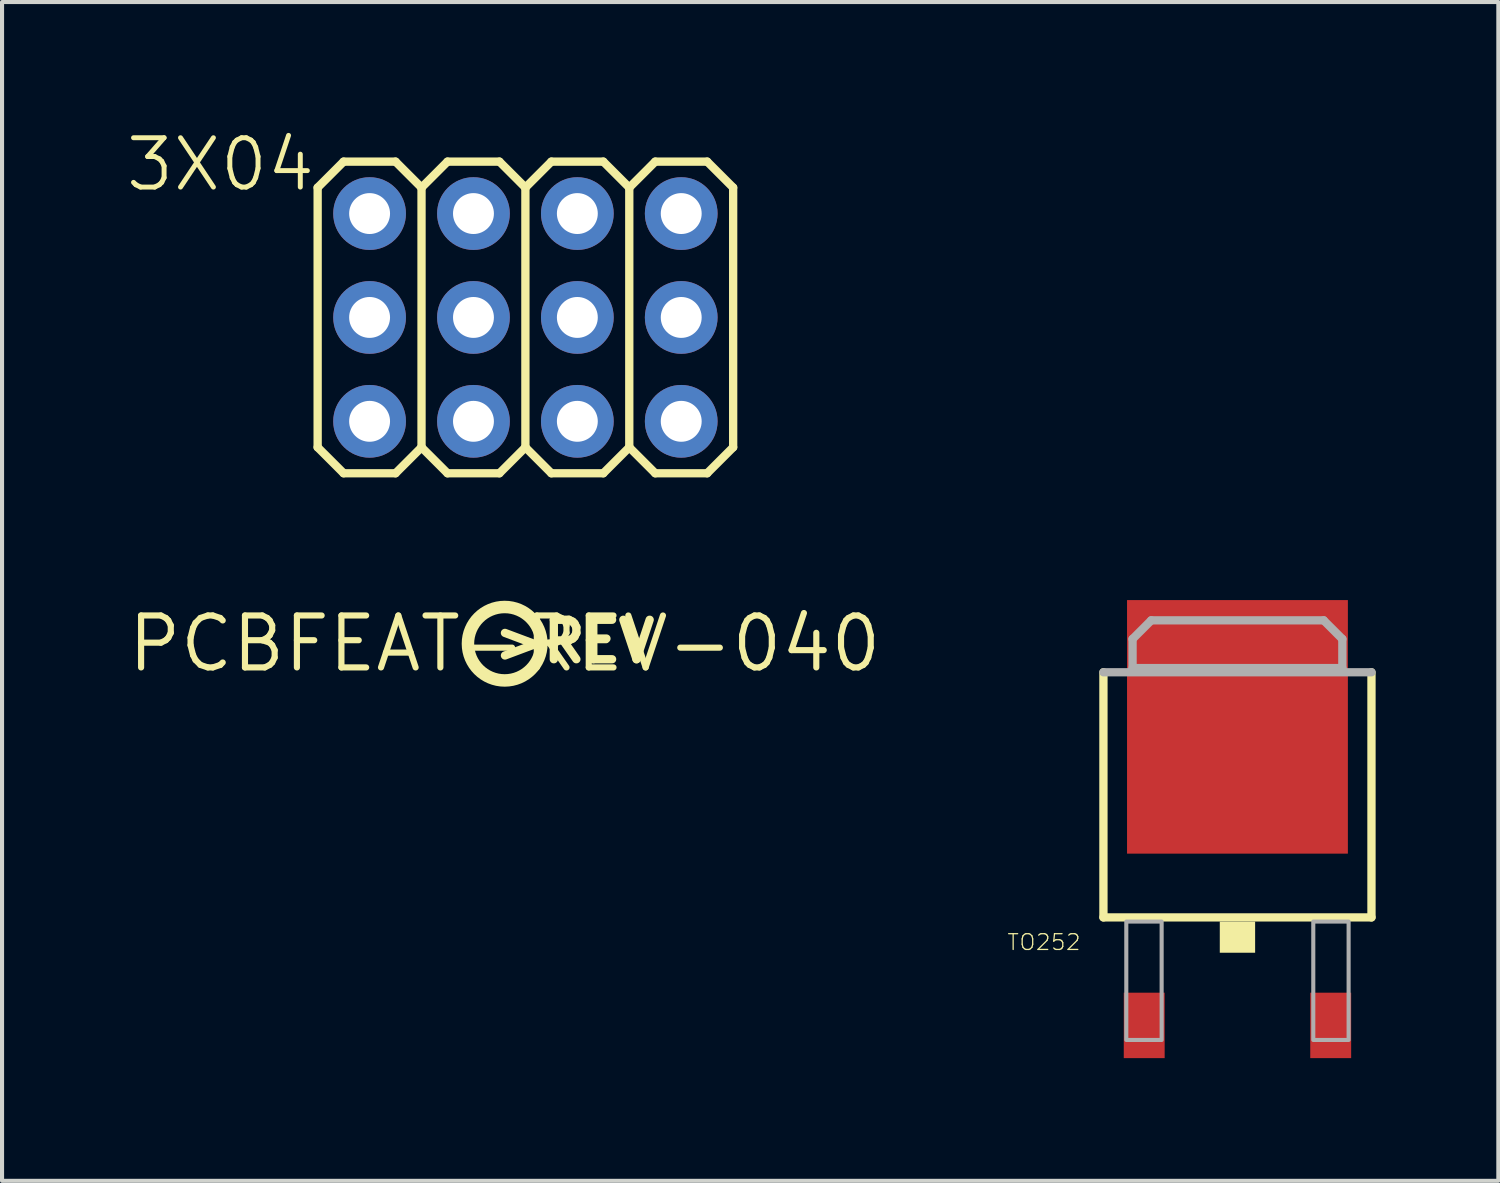
<source format=kicad_pcb>
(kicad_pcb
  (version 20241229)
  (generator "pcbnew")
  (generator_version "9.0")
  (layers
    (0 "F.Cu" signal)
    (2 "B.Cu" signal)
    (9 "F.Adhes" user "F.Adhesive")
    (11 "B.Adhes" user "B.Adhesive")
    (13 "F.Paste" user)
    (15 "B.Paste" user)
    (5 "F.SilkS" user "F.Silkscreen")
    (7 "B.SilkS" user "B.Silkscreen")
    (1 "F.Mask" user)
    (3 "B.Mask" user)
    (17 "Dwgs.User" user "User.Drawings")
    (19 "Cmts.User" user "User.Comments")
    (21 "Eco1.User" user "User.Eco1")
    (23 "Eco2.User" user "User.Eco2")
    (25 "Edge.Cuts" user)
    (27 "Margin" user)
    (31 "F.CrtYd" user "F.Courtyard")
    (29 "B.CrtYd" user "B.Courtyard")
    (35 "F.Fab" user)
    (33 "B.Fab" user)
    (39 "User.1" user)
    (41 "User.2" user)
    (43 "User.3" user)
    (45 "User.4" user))
  (footprint "TO252"
    (layer "F.Cu")
    (at 27.208 17.223)
    (property "Reference" "TO252" (at -3.81 2.54 180) (layer "F.SilkS") (effects (font (size 0.386 0.386) (thickness 0.031)) (justify right top)))
    (attr through_hole)
    (fp_line (start -3.277 2.159) (end -3.277 -3.835) (stroke (width 0.203) (type solid)) (layer "F.SilkS"))
    (fp_line (start 3.277 -3.835) (end 3.277 2.159) (stroke (width 0.203) (type solid)) (layer "F.SilkS"))
    (fp_line (start 3.277 2.159) (end -3.277 2.159) (stroke (width 0.203) (type solid)) (layer "F.SilkS"))
    (fp_poly (pts (xy -0.432 3.023) (xy 0.432 3.023) (xy 0.432 2.261) (xy -0.432 2.261)) (stroke (width 0) (type solid)) (fill yes) (layer "F.SilkS"))
    (fp_line (start -3.277 -3.835) (end 3.277 -3.835) (stroke (width 0.203) (type solid)) (layer "F.Fab"))
    (fp_line (start -2.565 -4.648) (end -2.108 -5.105) (stroke (width 0.203) (type solid)) (layer "F.Fab"))
    (fp_line (start -2.565 -3.937) (end -2.565 -4.648) (stroke (width 0.203) (type solid)) (layer "F.Fab"))
    (fp_line (start -2.108 -5.105) (end 2.108 -5.105) (stroke (width 0.203) (type solid)) (layer "F.Fab"))
    (fp_line (start 2.108 -5.105) (end 2.565 -4.648) (stroke (width 0.203) (type solid)) (layer "F.Fab"))
    (fp_line (start 2.565 -4.648) (end 2.565 -3.937) (stroke (width 0.203) (type solid)) (layer "F.Fab"))
    (fp_line (start 2.565 -3.937) (end -2.565 -3.937) (stroke (width 0.203) (type solid)) (layer "F.Fab"))
    (fp_poly (pts (xy -2.718 5.156) (xy -1.854 5.156) (xy -1.854 2.261) (xy -2.718 2.261)) (stroke (width 0.1) (type solid)) (fill no) (layer "F.Fab"))
    (fp_poly (pts (xy 1.854 5.156) (xy 2.718 5.156) (xy 2.718 2.261) (xy 1.854 2.261)) (stroke (width 0.1) (type solid)) (fill no) (layer "F.Fab"))
    (fp_poly (pts (xy -2.565 -3.937) (xy -2.565 -4.648) (xy -2.108 -5.105) (xy 2.108 -5.105) (xy 2.565 -4.648) (xy 2.565 -3.937)) (stroke (width 0.1) (type solid)) (fill no) (layer "F.Fab"))
    (pad "1" smd rect (at -2.28 4.8) (size 1 1.6) (layers "F.Cu" "F.Mask" "F.Paste"))
    (pad "2" smd rect (at 2.28 4.8) (size 1 1.6) (layers "F.Cu" "F.Mask" "F.Paste"))
    (pad "3" smd rect (at 0 -2.5) (size 5.4 6.2) (layers "F.Cu" "F.Mask" "F.Paste")))
  (footprint "PCBFEAT-REV-040"
    (layer "F.Cu")
    (at 9.29 12.69)
    (property "Reference" "PCBFEAT-REV-040" (at 0 0 0) (layer "F.SilkS") (effects (font (size 1.27 1.27) (thickness 0.15))))
    (attr through_hole)
    (fp_circle (center 0 0) (end 0.898 0) (stroke (width 0.305) (type solid)) (fill no) (layer "F.SilkS"))
    (fp_text user ">REV" (at -0.356 0.508 0) (layer "F.SilkS") (effects (font (size 0.965 0.965) (thickness 0.203)) (justify left bottom))))
  (footprint "3X04"
    (layer "F.Cu")
    (at 9.797 4.712)
    (property "Reference" "3X04" (at -5.08 -4.445 180) (layer "F.SilkS") (effects (font (size 1.206 1.206) (thickness 0.121)) (justify right top)))
    (attr through_hole)
    (fp_line (start -5.08 -3.175) (end -4.445 -3.81) (stroke (width 0.203) (type solid)) (layer "F.SilkS"))
    (fp_line (start -5.08 3.175) (end -5.08 -3.175) (stroke (width 0.203) (type solid)) (layer "F.SilkS"))
    (fp_line (start -5.08 3.175) (end -4.445 3.81) (stroke (width 0.203) (type solid)) (layer "F.SilkS"))
    (fp_line (start -4.445 -3.81) (end -3.175 -3.81) (stroke (width 0.203) (type solid)) (layer "F.SilkS"))
    (fp_line (start -4.445 3.81) (end -3.175 3.81) (stroke (width 0.203) (type solid)) (layer "F.SilkS"))
    (fp_line (start -3.175 -3.81) (end -2.54 -3.175) (stroke (width 0.203) (type solid)) (layer "F.SilkS"))
    (fp_line (start -3.175 3.81) (end -2.54 3.175) (stroke (width 0.203) (type solid)) (layer "F.SilkS"))
    (fp_line (start -2.54 -3.175) (end -2.54 3.175) (stroke (width 0.203) (type solid)) (layer "F.SilkS"))
    (fp_line (start -2.54 -3.175) (end -1.905 -3.81) (stroke (width 0.203) (type solid)) (layer "F.SilkS"))
    (fp_line (start -2.54 3.175) (end -1.905 3.81) (stroke (width 0.203) (type solid)) (layer "F.SilkS"))
    (fp_line (start -1.905 -3.81) (end -0.635 -3.81) (stroke (width 0.203) (type solid)) (layer "F.SilkS"))
    (fp_line (start -1.905 3.81) (end -0.635 3.81) (stroke (width 0.203) (type solid)) (layer "F.SilkS"))
    (fp_line (start -0.635 -3.81) (end 0 -3.175) (stroke (width 0.203) (type solid)) (layer "F.SilkS"))
    (fp_line (start -0.635 3.81) (end 0 3.175) (stroke (width 0.203) (type solid)) (layer "F.SilkS"))
    (fp_line (start 0 -3.175) (end 0 3.175) (stroke (width 0.203) (type solid)) (layer "F.SilkS"))
    (fp_line (start 0 -3.175) (end 0.635 -3.81) (stroke (width 0.203) (type solid)) (layer "F.SilkS"))
    (fp_line (start 0 3.175) (end 0.635 3.81) (stroke (width 0.203) (type solid)) (layer "F.SilkS"))
    (fp_line (start 0.635 -3.81) (end 1.905 -3.81) (stroke (width 0.203) (type solid)) (layer "F.SilkS"))
    (fp_line (start 0.635 3.81) (end 1.905 3.81) (stroke (width 0.203) (type solid)) (layer "F.SilkS"))
    (fp_line (start 1.905 -3.81) (end 2.54 -3.175) (stroke (width 0.203) (type solid)) (layer "F.SilkS"))
    (fp_line (start 1.905 3.81) (end 2.54 3.175) (stroke (width 0.203) (type solid)) (layer "F.SilkS"))
    (fp_line (start 2.54 -3.175) (end 2.54 3.175) (stroke (width 0.203) (type solid)) (layer "F.SilkS"))
    (fp_line (start 2.54 -3.175) (end 3.175 -3.81) (stroke (width 0.203) (type solid)) (layer "F.SilkS"))
    (fp_line (start 2.54 3.175) (end 3.175 3.81) (stroke (width 0.203) (type solid)) (layer "F.SilkS"))
    (fp_line (start 3.175 -3.81) (end 4.445 -3.81) (stroke (width 0.203) (type solid)) (layer "F.SilkS"))
    (fp_line (start 3.175 3.81) (end 4.445 3.81) (stroke (width 0.203) (type solid)) (layer "F.SilkS"))
    (fp_line (start 4.445 -3.81) (end 5.08 -3.175) (stroke (width 0.203) (type solid)) (layer "F.SilkS"))
    (fp_line (start 4.445 3.81) (end 5.08 3.175) (stroke (width 0.203) (type solid)) (layer "F.SilkS"))
    (fp_line (start 5.08 -3.175) (end 5.08 3.175) (stroke (width 0.203) (type solid)) (layer "F.SilkS"))
    (fp_poly (pts (xy -4.064 -2.286) (xy -3.556 -2.286) (xy -3.556 -2.794) (xy -4.064 -2.794)) (stroke (width 0.1) (type solid)) (fill no) (layer "F.Fab"))
    (fp_poly (pts (xy -4.064 0.254) (xy -3.556 0.254) (xy -3.556 -0.254) (xy -4.064 -0.254)) (stroke (width 0.1) (type solid)) (fill no) (layer "F.Fab"))
    (fp_poly (pts (xy -4.064 2.794) (xy -3.556 2.794) (xy -3.556 2.286) (xy -4.064 2.286)) (stroke (width 0.1) (type solid)) (fill no) (layer "F.Fab"))
    (fp_poly (pts (xy -1.524 -2.286) (xy -1.016 -2.286) (xy -1.016 -2.794) (xy -1.524 -2.794)) (stroke (width 0.1) (type solid)) (fill no) (layer "F.Fab"))
    (fp_poly (pts (xy -1.524 0.254) (xy -1.016 0.254) (xy -1.016 -0.254) (xy -1.524 -0.254)) (stroke (width 0.1) (type solid)) (fill no) (layer "F.Fab"))
    (fp_poly (pts (xy -1.524 2.794) (xy -1.016 2.794) (xy -1.016 2.286) (xy -1.524 2.286)) (stroke (width 0.1) (type solid)) (fill no) (layer "F.Fab"))
    (fp_poly (pts (xy 1.016 -2.286) (xy 1.524 -2.286) (xy 1.524 -2.794) (xy 1.016 -2.794)) (stroke (width 0.1) (type solid)) (fill no) (layer "F.Fab"))
    (fp_poly (pts (xy 1.016 0.254) (xy 1.524 0.254) (xy 1.524 -0.254) (xy 1.016 -0.254)) (stroke (width 0.1) (type solid)) (fill no) (layer "F.Fab"))
    (fp_poly (pts (xy 1.016 2.794) (xy 1.524 2.794) (xy 1.524 2.286) (xy 1.016 2.286)) (stroke (width 0.1) (type solid)) (fill no) (layer "F.Fab"))
    (fp_poly (pts (xy 3.556 -2.286) (xy 4.064 -2.286) (xy 4.064 -2.794) (xy 3.556 -2.794)) (stroke (width 0.1) (type solid)) (fill no) (layer "F.Fab"))
    (fp_poly (pts (xy 3.556 0.254) (xy 4.064 0.254) (xy 4.064 -0.254) (xy 3.556 -0.254)) (stroke (width 0.1) (type solid)) (fill no) (layer "F.Fab"))
    (fp_poly (pts (xy 3.556 2.794) (xy 4.064 2.794) (xy 4.064 2.286) (xy 3.556 2.286)) (stroke (width 0.1) (type solid)) (fill no) (layer "F.Fab"))
    (pad "1" thru_hole circle (at -3.81 2.54) (size 1.778 1.778) (drill 1) (layers "*.Cu" "*.Mask"))
    (pad "2" thru_hole circle (at -3.81 0) (size 1.778 1.778) (drill 1) (layers "*.Cu" "*.Mask"))
    (pad "3" thru_hole circle (at -3.81 -2.54) (size 1.778 1.778) (drill 1) (layers "*.Cu" "*.Mask"))
    (pad "4" thru_hole circle (at -1.27 2.54) (size 1.778 1.778) (drill 1) (layers "*.Cu" "*.Mask"))
    (pad "5" thru_hole circle (at -1.27 0) (size 1.778 1.778) (drill 1) (layers "*.Cu" "*.Mask"))
    (pad "6" thru_hole circle (at -1.27 -2.54) (size 1.778 1.778) (drill 1) (layers "*.Cu" "*.Mask"))
    (pad "7" thru_hole circle (at 1.27 2.54) (size 1.778 1.778) (drill 1) (layers "*.Cu" "*.Mask"))
    (pad "8" thru_hole circle (at 1.27 0) (size 1.778 1.778) (drill 1) (layers "*.Cu" "*.Mask"))
    (pad "9" thru_hole circle (at 1.27 -2.54) (size 1.778 1.778) (drill 1) (layers "*.Cu" "*.Mask"))
    (pad "10" thru_hole circle (at 3.81 2.54) (size 1.778 1.778) (drill 1) (layers "*.Cu" "*.Mask"))
    (pad "11" thru_hole circle (at 3.81 0) (size 1.778 1.778) (drill 1) (layers "*.Cu" "*.Mask"))
    (pad "12" thru_hole circle (at 3.81 -2.54) (size 1.778 1.778) (drill 1) (layers "*.Cu" "*.Mask")))
  (gr_rect
    (start -3 -3)
    (end 33.587 25.823)
    (stroke (width 0.1) (type default))
    (fill no)
    (layer "Edge.Cuts")))
</source>
